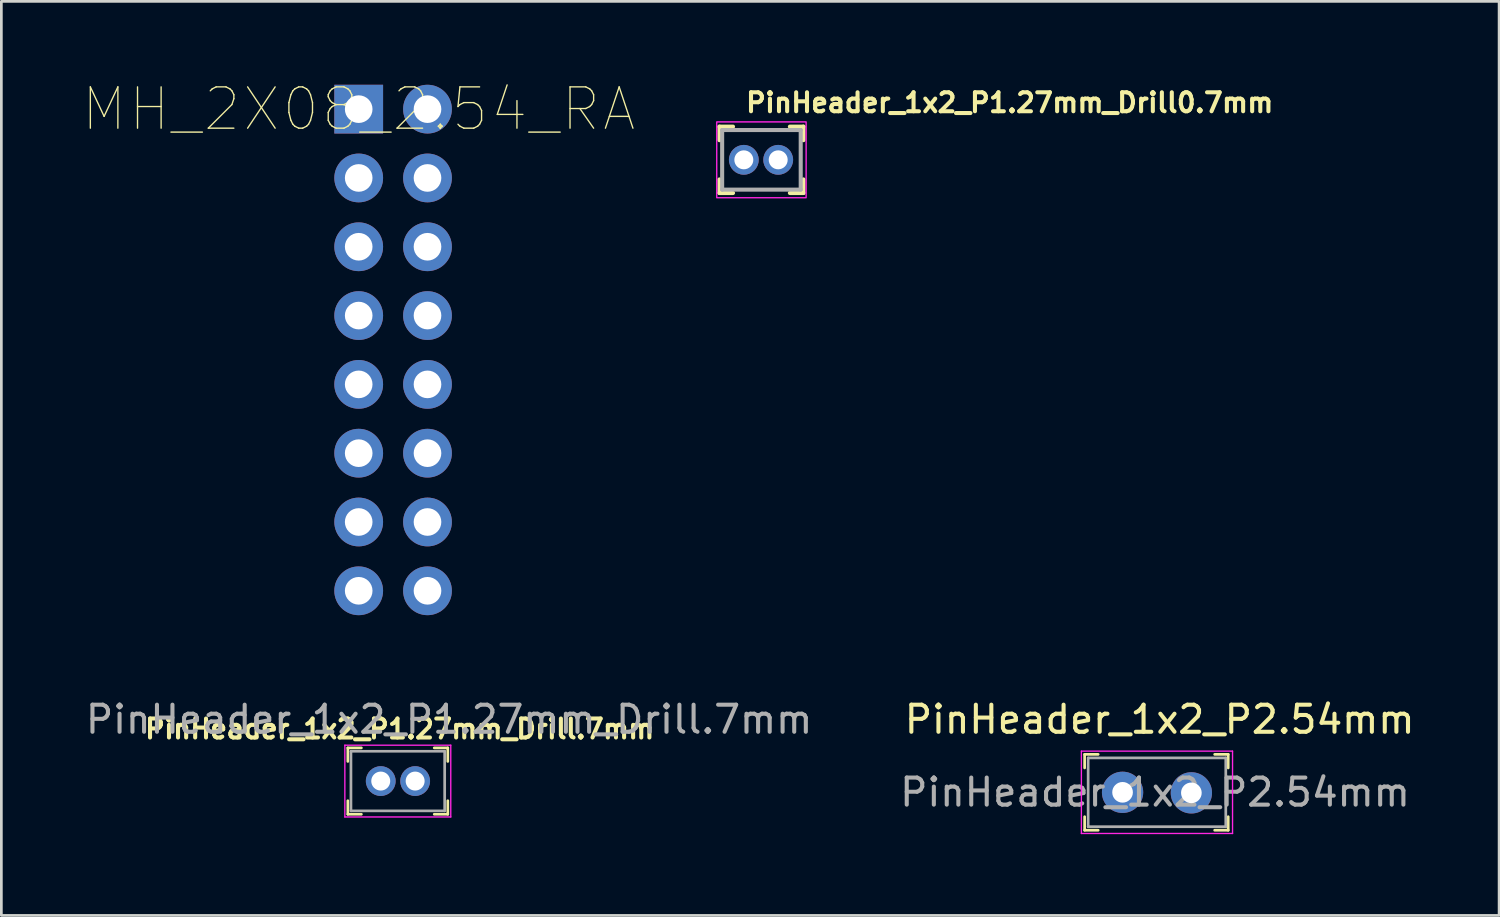
<source format=kicad_pcb>
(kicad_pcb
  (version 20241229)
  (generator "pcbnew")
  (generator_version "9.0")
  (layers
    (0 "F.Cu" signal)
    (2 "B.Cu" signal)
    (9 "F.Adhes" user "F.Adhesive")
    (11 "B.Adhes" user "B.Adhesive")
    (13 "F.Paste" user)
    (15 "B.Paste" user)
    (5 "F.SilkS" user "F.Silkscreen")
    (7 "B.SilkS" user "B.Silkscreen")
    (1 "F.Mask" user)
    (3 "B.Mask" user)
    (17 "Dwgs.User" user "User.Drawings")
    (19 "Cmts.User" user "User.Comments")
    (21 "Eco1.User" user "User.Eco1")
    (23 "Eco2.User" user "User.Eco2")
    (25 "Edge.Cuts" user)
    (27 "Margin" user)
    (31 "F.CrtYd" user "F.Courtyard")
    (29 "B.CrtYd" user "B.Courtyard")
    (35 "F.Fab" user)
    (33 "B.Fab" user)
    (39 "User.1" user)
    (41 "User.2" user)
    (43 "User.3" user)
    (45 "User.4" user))
  (footprint "MH_2X08_2.54_RA"
    (layer "F.Cu")
    (at 10.191 0.979)
    (property "Reference" "MH_2X08_2.54_RA" (at 0 0 0) (layer "F.SilkS") (effects (font (size 1.524 1.524) (thickness 0.05))))
    (attr smd)
    (pad "1" thru_hole rect (at 0 0 270) (size 1.8 1.8) (drill 1.02) (layers "*.Cu" "*.Mask"))
    (pad "2" thru_hole circle (at 2.54 0 270) (size 1.8 1.8) (drill 1.02) (layers "*.Cu" "*.Mask"))
    (pad "3" thru_hole circle (at 0 2.54) (size 1.8 1.8) (drill 1.02) (layers "*.Cu" "*.Mask"))
    (pad "4" thru_hole circle (at 2.54 2.54 270) (size 1.8 1.8) (drill 1.02) (layers "*.Cu" "*.Mask"))
    (pad "5" thru_hole circle (at 0 5.08 270) (size 1.8 1.8) (drill 1.02) (layers "*.Cu" "*.Mask"))
    (pad "6" thru_hole circle (at 2.54 5.08 270) (size 1.8 1.8) (drill 1.02) (layers "*.Cu" "*.Mask"))
    (pad "7" thru_hole circle (at 0 7.62 270) (size 1.8 1.8) (drill 1.02) (layers "*.Cu" "*.Mask"))
    (pad "8" thru_hole circle (at 2.54 7.62 270) (size 1.8 1.8) (drill 1.02) (layers "*.Cu" "*.Mask"))
    (pad "9" thru_hole circle (at 0 10.16 270) (size 1.8 1.8) (drill 1.02) (layers "*.Cu" "*.Mask"))
    (pad "10" thru_hole circle (at 2.54 10.16 270) (size 1.8 1.8) (drill 1.02) (layers "*.Cu" "*.Mask"))
    (pad "11" thru_hole circle (at 0 12.7 270) (size 1.8 1.8) (drill 1.02) (layers "*.Cu" "*.Mask"))
    (pad "12" thru_hole circle (at 2.54 12.7 270) (size 1.8 1.8) (drill 1.02) (layers "*.Cu" "*.Mask"))
    (pad "13" thru_hole circle (at 0 15.24 270) (size 1.8 1.8) (drill 1.02) (layers "*.Cu" "*.Mask"))
    (pad "14" thru_hole circle (at 2.54 15.24 270) (size 1.8 1.8) (drill 1.02) (layers "*.Cu" "*.Mask"))
    (pad "15" thru_hole circle (at 0 17.78 270) (size 1.8 1.8) (drill 1.02) (layers "*.Cu" "*.Mask"))
    (pad "16" thru_hole circle (at 2.54 17.78 270) (size 1.8 1.8) (drill 1.02) (layers "*.Cu" "*.Mask")))
  (footprint "PinHeader_1x2_P1.27mm_Drill.7mm"
    (layer "F.Cu")
    (at 11.005 25.783)
    (property "Reference" "PinHeader_1x2_P1.27mm_Drill.7mm" (at 0.7 -1.925 0) (layer "F.SilkS") (effects (font (size 0.7 0.7) (thickness 0.15))))
    (attr through_hole)
    (fp_line (start -1.215 -1.225) (end -1.215 -0.725) (stroke (width 0.1) (type solid)) (layer "F.SilkS"))
    (fp_line (start -1.215 -1.225) (end -0.715 -1.225) (stroke (width 0.1) (type solid)) (layer "F.SilkS"))
    (fp_line (start -1.215 1.225) (end -1.215 0.725) (stroke (width 0.1) (type solid)) (layer "F.SilkS"))
    (fp_line (start -1.215 1.225) (end -0.715 1.225) (stroke (width 0.1) (type solid)) (layer "F.SilkS"))
    (fp_line (start 2.475 -1.225) (end 1.975 -1.225) (stroke (width 0.1) (type solid)) (layer "F.SilkS"))
    (fp_line (start 2.475 -1.225) (end 2.475 -0.725) (stroke (width 0.1) (type solid)) (layer "F.SilkS"))
    (fp_line (start 2.475 1.225) (end 1.975 1.225) (stroke (width 0.1) (type solid)) (layer "F.SilkS"))
    (fp_line (start 2.475 1.225) (end 2.475 0.725) (stroke (width 0.1) (type solid)) (layer "F.SilkS"))
    (fp_line (start -1.325 -1.325) (end -1.325 1.325) (stroke (width 0.05) (type solid)) (layer "F.CrtYd"))
    (fp_line (start -1.325 -1.325) (end 2.585 -1.325) (stroke (width 0.05) (type solid)) (layer "F.CrtYd"))
    (fp_line (start -1.325 1.325) (end 2.585 1.325) (stroke (width 0.05) (type solid)) (layer "F.CrtYd"))
    (fp_line (start 2.585 -1.325) (end 2.585 1.325) (stroke (width 0.05) (type solid)) (layer "F.CrtYd"))
    (fp_line (start -1.1 -1.1) (end -1.1 1.1) (stroke (width 0.1) (type solid)) (layer "F.Fab"))
    (fp_line (start -1.1 -1.1) (end 2.36 -1.1) (stroke (width 0.1) (type solid)) (layer "F.Fab"))
    (fp_line (start -1.1 1.1) (end 2.36 1.1) (stroke (width 0.1) (type solid)) (layer "F.Fab"))
    (fp_line (start 2.36 -1.1) (end 2.36 1.1) (stroke (width 0.1) (type solid)) (layer "F.Fab"))
    (fp_text user "${REFERENCE}" (at 2.525 -2.275 0) (layer "F.Fab") (effects (font (size 1 1) (thickness 0.15))))
    (pad "1" thru_hole circle (at 0 0) (size 1.1 1.1) (drill 0.7) (layers "*.Cu" "*.Mask"))
    (pad "2" thru_hole circle (at 1.27 0) (size 1.1 1.1) (drill 0.7) (layers "*.Cu" "*.Mask")))
  (footprint "PinHeader_1x2_P2.54mm"
    (layer "F.Cu")
    (at 38.389 26.198)
    (property "Reference" "PinHeader_1x2_P2.54mm" (at 1.37 -2.69 0) (layer "F.SilkS") (effects (font (size 1 1) (thickness 0.15))))
    (attr through_hole)
    (fp_line (start -1.4 -1.4) (end -1.4 -0.9) (stroke (width 0.1) (type solid)) (layer "F.SilkS"))
    (fp_line (start -1.4 -1.4) (end -0.9 -1.4) (stroke (width 0.1) (type solid)) (layer "F.SilkS"))
    (fp_line (start -1.4 1.4) (end -1.4 0.9) (stroke (width 0.1) (type solid)) (layer "F.SilkS"))
    (fp_line (start -1.4 1.4) (end -0.9 1.4) (stroke (width 0.1) (type solid)) (layer "F.SilkS"))
    (fp_line (start 3.9 -1.4) (end 3.4 -1.4) (stroke (width 0.1) (type solid)) (layer "F.SilkS"))
    (fp_line (start 3.9 -1.4) (end 3.9 -0.9) (stroke (width 0.1) (type solid)) (layer "F.SilkS"))
    (fp_line (start 3.9 1.4) (end 3.4 1.4) (stroke (width 0.1) (type solid)) (layer "F.SilkS"))
    (fp_line (start 3.9 1.4) (end 3.9 0.9) (stroke (width 0.1) (type solid)) (layer "F.SilkS"))
    (fp_line (start -1.52 -1.52) (end -1.52 1.52) (stroke (width 0.05) (type solid)) (layer "F.CrtYd"))
    (fp_line (start 4.06 -1.52) (end -1.52 -1.52) (stroke (width 0.05) (type solid)) (layer "F.CrtYd"))
    (fp_line (start 4.06 -1.52) (end 4.06 1.52) (stroke (width 0.05) (type solid)) (layer "F.CrtYd"))
    (fp_line (start 4.06 1.52) (end -1.52 1.52) (stroke (width 0.05) (type solid)) (layer "F.CrtYd"))
    (fp_line (start -1.27 -1.27) (end 3.81 -1.27) (stroke (width 0.1) (type solid)) (layer "F.Fab"))
    (fp_line (start -1.27 1.27) (end -1.27 -1.27) (stroke (width 0.1) (type solid)) (layer "F.Fab"))
    (fp_line (start -1.27 1.27) (end 3.81 1.27) (stroke (width 0.1) (type solid)) (layer "F.Fab"))
    (fp_line (start 3.81 1.27) (end 3.81 -1.27) (stroke (width 0.1) (type solid)) (layer "F.Fab"))
    (fp_text user "${REFERENCE}" (at 1.2 0 0) (layer "F.Fab") (effects (font (size 1 1) (thickness 0.15))))
    (pad "1" thru_hole circle (at 0 0) (size 1.524 1.524) (drill 0.762) (layers "*.Cu" "*.Mask"))
    (pad "2" thru_hole circle (at 2.54 0.02) (size 1.524 1.524) (drill 0.762) (layers "*.Cu" "*.Mask")))
  (footprint "PinHeader_1x2_P1.27mm_Drill0.7mm"
    (layer "F.Cu")
    (at 24.408 2.85)
    (property "Reference" "PinHeader_1x2_P1.27mm_Drill0.7mm" (at 0 -1.7 0) (layer "F.SilkS") (effects (font (size 0.7 0.7) (thickness 0.15)) (justify left bottom)))
    (attr through_hole)
    (fp_line (start -0.9 -1.226) (end -0.9 -0.725) (stroke (width 0.15) (type solid)) (layer "F.SilkS"))
    (fp_line (start -0.9 -1.226) (end -0.399 -1.226) (stroke (width 0.15) (type solid)) (layer "F.SilkS"))
    (fp_line (start -0.9 1.225) (end -0.9 0.723) (stroke (width 0.15) (type solid)) (layer "F.SilkS"))
    (fp_line (start -0.9 1.225) (end -0.399 1.225) (stroke (width 0.15) (type solid)) (layer "F.SilkS"))
    (fp_line (start 2.2 -1.226) (end 1.7 -1.226) (stroke (width 0.15) (type solid)) (layer "F.SilkS"))
    (fp_line (start 2.2 -1.226) (end 2.2 -0.725) (stroke (width 0.15) (type solid)) (layer "F.SilkS"))
    (fp_line (start 2.2 1.225) (end 1.7 1.225) (stroke (width 0.15) (type solid)) (layer "F.SilkS"))
    (fp_line (start 2.2 1.225) (end 2.2 0.723) (stroke (width 0.15) (type solid)) (layer "F.SilkS"))
    (fp_rect (start -1 -1.4) (end 2.3 1.4) (stroke (width 0.05) (type solid)) (fill no) (layer "F.CrtYd"))
    (fp_line (start -0.8 -1.101) (end -0.8 1.1) (stroke (width 0.15) (type solid)) (layer "F.Fab"))
    (fp_line (start -0.8 -1.101) (end 2.1 -1.101) (stroke (width 0.15) (type solid)) (layer "F.Fab"))
    (fp_line (start -0.8 1.1) (end 2.1 1.1) (stroke (width 0.15) (type solid)) (layer "F.Fab"))
    (fp_line (start 2.1 -1.101) (end 2.1 1.1) (stroke (width 0.15) (type solid)) (layer "F.Fab"))
    (fp_rect (start -0.635 -1) (end 1.904 1.1) (stroke (width 0.1) (type solid)) (fill no) (layer "User.5"))
    (fp_line (start -0.635 -0.701) (end -0.635 0.8) (stroke (width 0.02) (type solid)) (layer "User.9"))
    (fp_line (start -0.635 0.8) (end -0.337 1.1) (stroke (width 0.02) (type solid)) (layer "User.9"))
    (fp_line (start -0.337 -1) (end -0.635 -0.701) (stroke (width 0.02) (type solid)) (layer "User.9"))
    (fp_line (start -0.202 -0.15) (end -0.202 0.248) (stroke (width 0.02) (type solid)) (layer "User.9"))
    (fp_line (start -0.202 -0.15) (end -0.202 0.248) (stroke (width 0.02) (type solid)) (layer "User.9"))
    (fp_line (start -0.202 0.248) (end 0.2 0.248) (stroke (width 0.02) (type solid)) (layer "User.9"))
    (fp_line (start -0.202 0.248) (end 0.2 0.248) (stroke (width 0.02) (type solid)) (layer "User.9"))
    (fp_line (start -0.197 -0.145) (end -0.102 -0.052) (stroke (width 0.02) (type solid)) (layer "User.9"))
    (fp_line (start -0.197 -0.145) (end 0.195 -0.145) (stroke (width 0.02) (type solid)) (layer "User.9"))
    (fp_line (start -0.197 0.243) (end -0.197 -0.145) (stroke (width 0.02) (type solid)) (layer "User.9"))
    (fp_line (start -0.197 0.243) (end -0.102 0.148) (stroke (width 0.02) (type solid)) (layer "User.9"))
    (fp_line (start -0.102 -0.052) (end -0.102 0.148) (stroke (width 0.02) (type solid)) (layer "User.9"))
    (fp_line (start -0.102 0.148) (end 0.1 0.148) (stroke (width 0.02) (type solid)) (layer "User.9"))
    (fp_line (start 0.1 -0.052) (end -0.102 -0.052) (stroke (width 0.02) (type solid)) (layer "User.9"))
    (fp_line (start 0.1 0.148) (end 0.1 -0.052) (stroke (width 0.02) (type solid)) (layer "User.9"))
    (fp_line (start 0.195 -0.145) (end 0.1 -0.052) (stroke (width 0.02) (type solid)) (layer "User.9"))
    (fp_line (start 0.195 -0.145) (end 0.195 0.243) (stroke (width 0.02) (type solid)) (layer "User.9"))
    (fp_line (start 0.195 0.243) (end -0.197 0.243) (stroke (width 0.02) (type solid)) (layer "User.9"))
    (fp_line (start 0.195 0.243) (end 0.1 0.148) (stroke (width 0.02) (type solid)) (layer "User.9"))
    (fp_line (start 0.2 -0.15) (end -0.202 -0.15) (stroke (width 0.02) (type solid)) (layer "User.9"))
    (fp_line (start 0.2 -0.15) (end -0.202 -0.15) (stroke (width 0.02) (type solid)) (layer "User.9"))
    (fp_line (start 0.2 0.248) (end 0.2 -0.15) (stroke (width 0.02) (type solid)) (layer "User.9"))
    (fp_line (start 0.2 0.248) (end 0.2 -0.15) (stroke (width 0.02) (type solid)) (layer "User.9"))
    (fp_line (start 0.335 -1) (end -0.337 -1) (stroke (width 0.02) (type solid)) (layer "User.9"))
    (fp_line (start 0.335 1.1) (end -0.337 1.1) (stroke (width 0.02) (type solid)) (layer "User.9"))
    (fp_line (start 0.335 1.1) (end 0.633 0.8) (stroke (width 0.02) (type solid)) (layer "User.9"))
    (fp_line (start 0.633 -0.701) (end 0.335 -1) (stroke (width 0.02) (type solid)) (layer "User.9"))
    (fp_line (start 0.633 0.8) (end 0.935 1.1) (stroke (width 0.02) (type solid)) (layer "User.9"))
    (fp_line (start 0.935 -1) (end 0.633 -0.701) (stroke (width 0.02) (type solid)) (layer "User.9"))
    (fp_line (start 1.07 -0.15) (end 1.07 0.248) (stroke (width 0.02) (type solid)) (layer "User.9"))
    (fp_line (start 1.07 -0.15) (end 1.07 0.248) (stroke (width 0.02) (type solid)) (layer "User.9"))
    (fp_line (start 1.07 0.248) (end 1.469 0.248) (stroke (width 0.02) (type solid)) (layer "User.9"))
    (fp_line (start 1.07 0.248) (end 1.469 0.248) (stroke (width 0.02) (type solid)) (layer "User.9"))
    (fp_line (start 1.074 -0.145) (end 1.169 -0.052) (stroke (width 0.02) (type solid)) (layer "User.9"))
    (fp_line (start 1.074 -0.145) (end 1.465 -0.145) (stroke (width 0.02) (type solid)) (layer "User.9"))
    (fp_line (start 1.074 0.243) (end 1.074 -0.145) (stroke (width 0.02) (type solid)) (layer "User.9"))
    (fp_line (start 1.074 0.243) (end 1.169 0.148) (stroke (width 0.02) (type solid)) (layer "User.9"))
    (fp_line (start 1.169 -0.052) (end 1.169 0.148) (stroke (width 0.02) (type solid)) (layer "User.9"))
    (fp_line (start 1.169 0.148) (end 1.37 0.148) (stroke (width 0.02) (type solid)) (layer "User.9"))
    (fp_line (start 1.37 -0.052) (end 1.169 -0.052) (stroke (width 0.02) (type solid)) (layer "User.9"))
    (fp_line (start 1.37 0.148) (end 1.37 -0.052) (stroke (width 0.02) (type solid)) (layer "User.9"))
    (fp_line (start 1.465 -0.145) (end 1.37 -0.052) (stroke (width 0.02) (type solid)) (layer "User.9"))
    (fp_line (start 1.465 -0.145) (end 1.465 0.243) (stroke (width 0.02) (type solid)) (layer "User.9"))
    (fp_line (start 1.465 0.243) (end 1.074 0.243) (stroke (width 0.02) (type solid)) (layer "User.9"))
    (fp_line (start 1.465 0.243) (end 1.37 0.148) (stroke (width 0.02) (type solid)) (layer "User.9"))
    (fp_line (start 1.469 -0.15) (end 1.07 -0.15) (stroke (width 0.02) (type solid)) (layer "User.9"))
    (fp_line (start 1.469 -0.15) (end 1.07 -0.15) (stroke (width 0.02) (type solid)) (layer "User.9"))
    (fp_line (start 1.469 0.248) (end 1.469 -0.15) (stroke (width 0.02) (type solid)) (layer "User.9"))
    (fp_line (start 1.469 0.248) (end 1.469 -0.15) (stroke (width 0.02) (type solid)) (layer "User.9"))
    (fp_line (start 1.604 -1) (end 0.935 -1) (stroke (width 0.02) (type solid)) (layer "User.9"))
    (fp_line (start 1.604 1.1) (end 0.935 1.1) (stroke (width 0.02) (type solid)) (layer "User.9"))
    (fp_line (start 1.604 1.1) (end 1.904 0.8) (stroke (width 0.02) (type solid)) (layer "User.9"))
    (fp_line (start 1.904 -0.701) (end 1.604 -1) (stroke (width 0.02) (type solid)) (layer "User.9"))
    (fp_line (start 1.904 -0.701) (end 1.904 0.8) (stroke (width 0.02) (type solid)) (layer "User.9"))
    (pad "1" thru_hole circle (at 0 0) (size 1.1 1.1) (drill 0.7) (layers "*.Cu" "*.Mask"))
    (pad "2" thru_hole circle (at 1.269 0) (size 1.1 1.1) (drill 0.7) (layers "*.Cu" "*.Mask")))
  (gr_rect
    (start -3 -3)
    (end 52.289 30.743)
    (stroke (width 0.1) (type default))
    (fill no)
    (layer "Edge.Cuts")))
</source>
